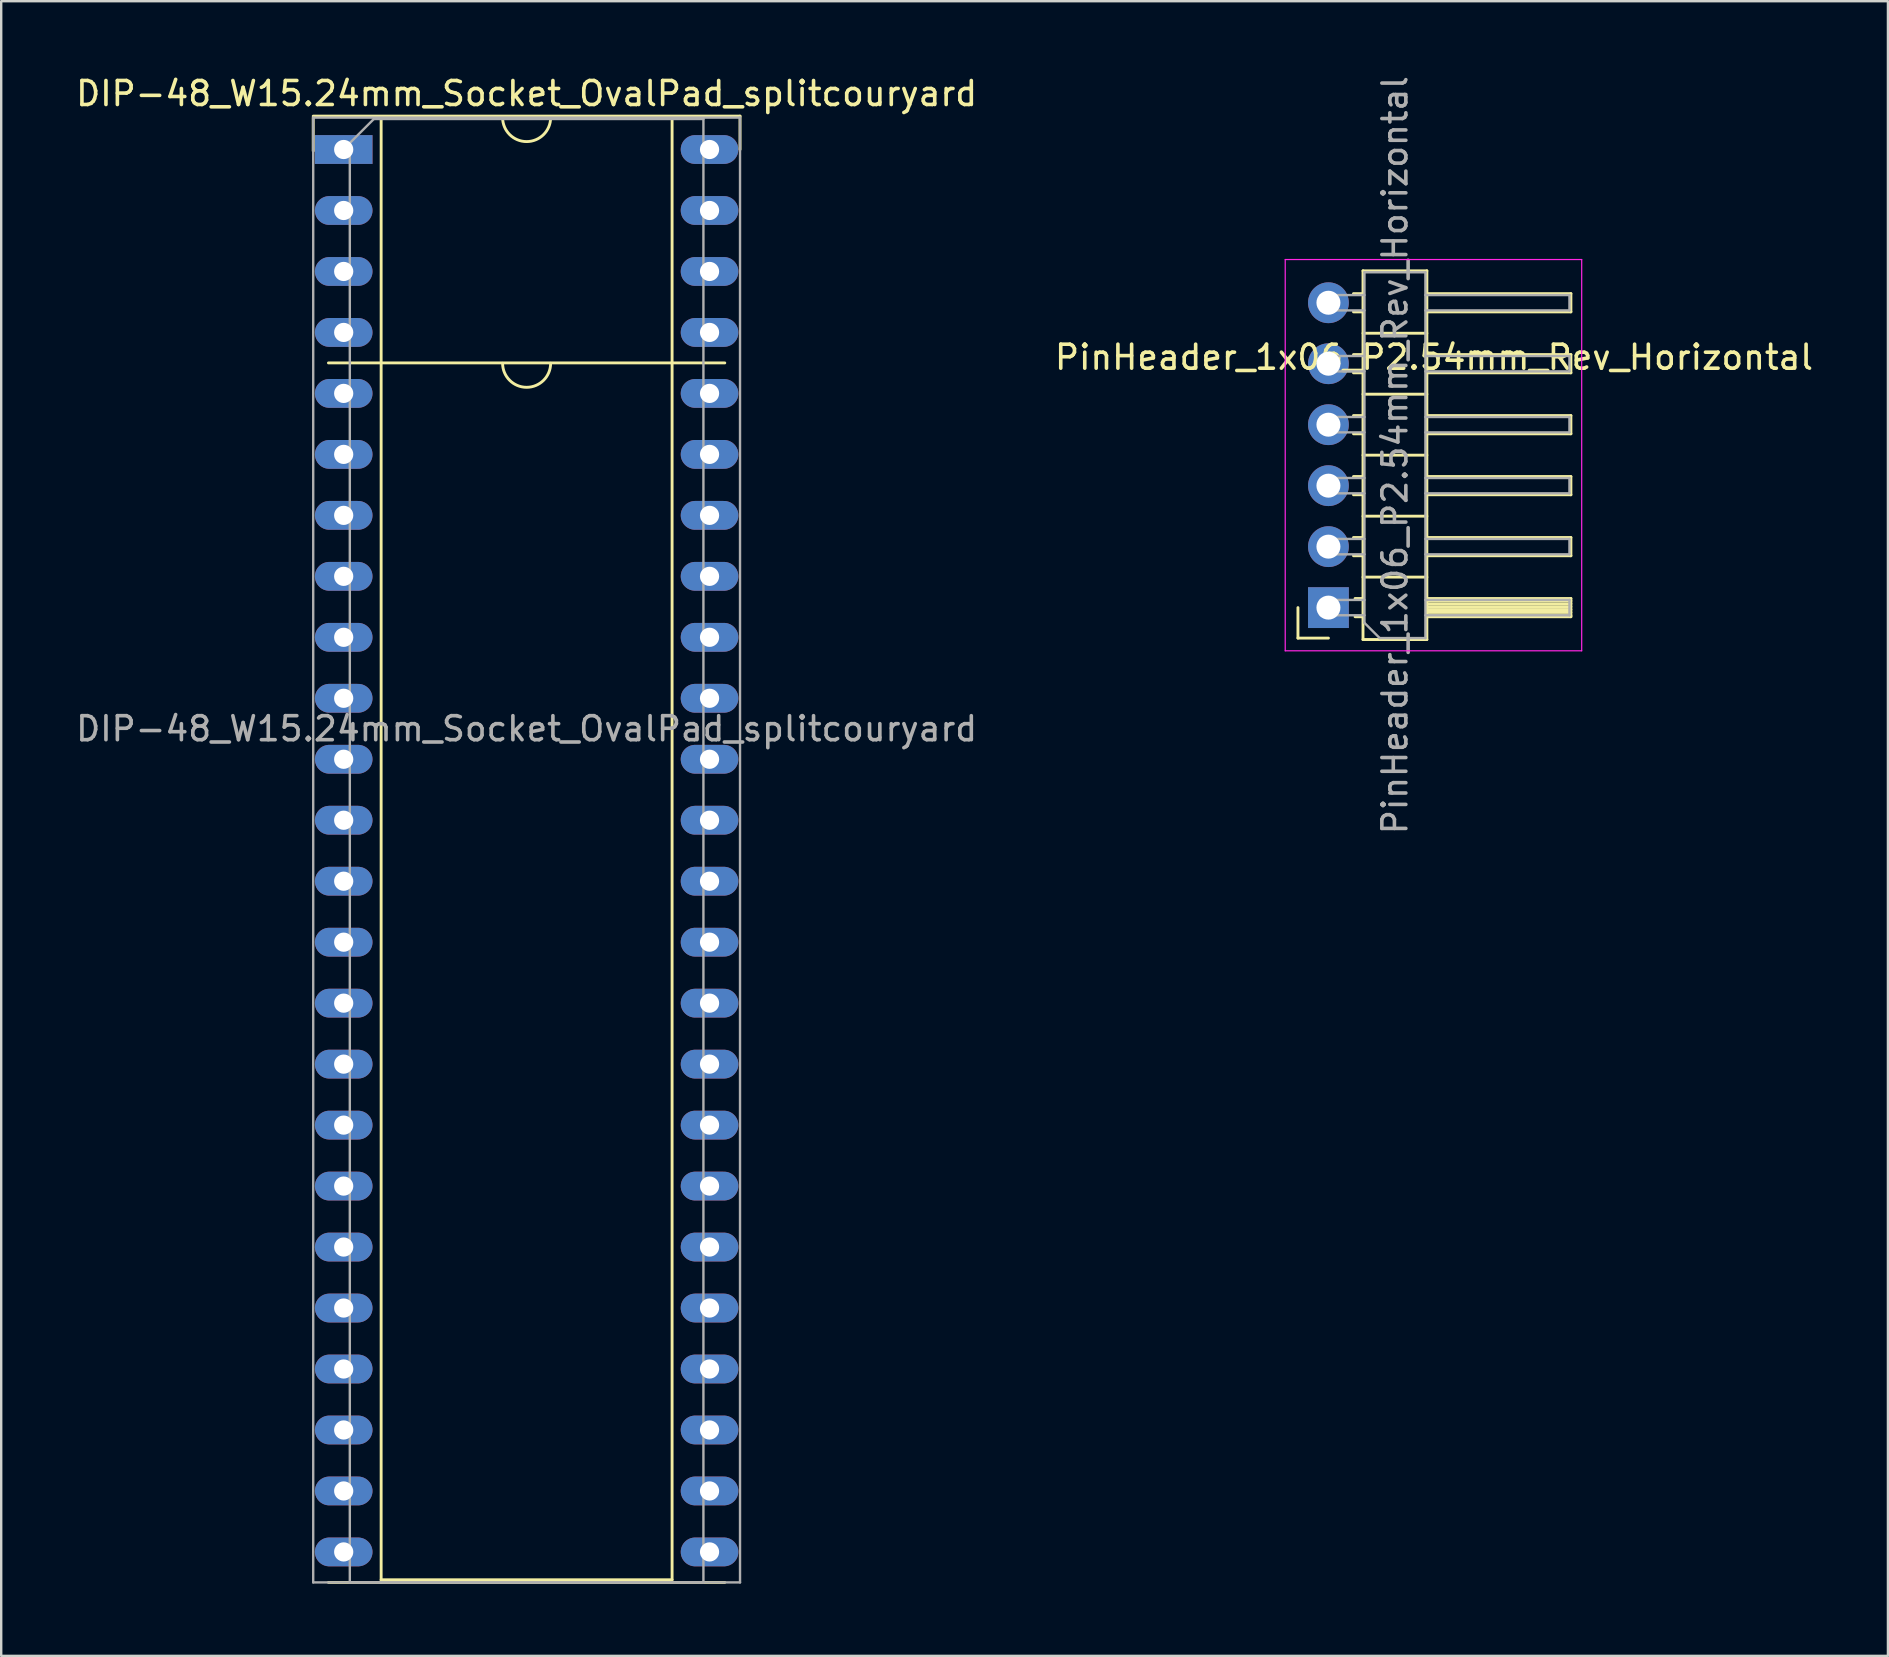
<source format=kicad_pcb>
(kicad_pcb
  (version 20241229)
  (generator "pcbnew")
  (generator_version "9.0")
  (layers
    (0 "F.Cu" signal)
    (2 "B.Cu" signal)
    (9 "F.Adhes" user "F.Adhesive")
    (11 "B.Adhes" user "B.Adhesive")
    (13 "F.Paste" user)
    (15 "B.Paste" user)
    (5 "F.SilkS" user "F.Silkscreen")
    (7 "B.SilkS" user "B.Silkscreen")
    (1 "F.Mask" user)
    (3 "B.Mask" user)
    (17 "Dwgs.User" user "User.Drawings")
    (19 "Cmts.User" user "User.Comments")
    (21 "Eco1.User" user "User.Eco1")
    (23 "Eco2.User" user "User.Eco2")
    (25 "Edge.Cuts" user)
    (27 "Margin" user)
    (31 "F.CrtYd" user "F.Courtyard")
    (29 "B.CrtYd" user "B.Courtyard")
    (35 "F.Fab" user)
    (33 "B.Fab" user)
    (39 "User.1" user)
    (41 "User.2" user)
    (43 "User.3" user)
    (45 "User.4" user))
  (footprint "DIP-48_W15.24mm_Socket_OvalPad_splitcouryard"
    (layer "F.Cu")
    (at 11.267 3.178)
    (property "Reference" "DIP-48_W15.24mm_Socket_OvalPad_splitcouryard" (at 7.62 -2.33 0) (layer "F.SilkS") (effects (font (size 1 1) (thickness 0.15))))
    (attr through_hole)
    (fp_line (start -1.27 -1.33) (end -1.27 0.06) (stroke (width 0.12) (type default)) (layer "F.SilkS"))
    (fp_line (start -0.635 8.89) (end 15.875 8.89) (stroke (width 0.12) (type default)) (layer "F.SilkS"))
    (fp_line (start -0.635 59.69) (end 15.875 59.69) (stroke (width 0.12) (type solid)) (layer "F.SilkS"))
    (fp_line (start 1.56 -1.33) (end 1.56 59.69) (stroke (width 0.12) (type solid)) (layer "F.SilkS"))
    (fp_line (start 1.56 59.58) (end 13.68 59.58) (stroke (width 0.12) (type solid)) (layer "F.SilkS"))
    (fp_line (start 6.62 -1.33) (end 1.56 -1.33) (stroke (width 0.12) (type solid)) (layer "F.SilkS"))
    (fp_line (start 13.68 -1.33) (end 8.62 -1.33) (stroke (width 0.12) (type solid)) (layer "F.SilkS"))
    (fp_line (start 13.68 59.58) (end 13.68 -1.33) (stroke (width 0.12) (type solid)) (layer "F.SilkS"))
    (fp_line (start 16.51 -1.39) (end -1.27 -1.39) (stroke (width 0.12) (type solid)) (layer "F.SilkS"))
    (fp_line (start 16.51 -1.39) (end 16.51 0) (stroke (width 0.12) (type default)) (layer "F.SilkS"))
    (fp_arc (start 8.62 -1.33) (mid 7.62 -0.33) (end 6.62 -1.33) (stroke (width 0.12) (type solid)) (layer "F.SilkS"))
    (fp_arc (start 8.62 8.906) (mid 7.62 9.906) (end 6.62 8.906) (stroke (width 0.12) (type solid)) (layer "F.SilkS"))
    (fp_line (start -1.27 -1.33) (end -1.27 59.69) (stroke (width 0.1) (type solid)) (layer "F.Fab"))
    (fp_line (start -1.27 59.69) (end 16.51 59.69) (stroke (width 0.1) (type solid)) (layer "F.Fab"))
    (fp_line (start 0.255 -0.27) (end 1.255 -1.27) (stroke (width 0.1) (type solid)) (layer "F.Fab"))
    (fp_line (start 0.255 59.69) (end 0.255 -0.27) (stroke (width 0.1) (type solid)) (layer "F.Fab"))
    (fp_line (start 1.255 -1.27) (end 14.985 -1.27) (stroke (width 0.1) (type solid)) (layer "F.Fab"))
    (fp_line (start 14.985 -1.27) (end 14.985 59.69) (stroke (width 0.1) (type solid)) (layer "F.Fab"))
    (fp_line (start 14.985 59.69) (end 0.255 59.69) (stroke (width 0.1) (type solid)) (layer "F.Fab"))
    (fp_line (start 16.51 -1.33) (end -1.27 -1.33) (stroke (width 0.1) (type solid)) (layer "F.Fab"))
    (fp_line (start 16.51 59.69) (end 16.51 -1.33) (stroke (width 0.1) (type solid)) (layer "F.Fab"))
    (fp_text user "${REFERENCE}" (at 7.62 24.13 0) (layer "F.Fab") (effects (font (size 1 1) (thickness 0.15))))
    (pad "1" thru_hole rect (at 0 0) (size 2.4 1.2) (drill 0.8) (layers "*.Cu" "*.Mask"))
    (pad "2" thru_hole oval (at 0 2.54) (size 2.4 1.2) (drill 0.8) (layers "*.Cu" "*.Mask"))
    (pad "3" thru_hole oval (at 0 5.08) (size 2.4 1.2) (drill 0.8) (layers "*.Cu" "*.Mask"))
    (pad "4" thru_hole oval (at 0 7.62) (size 2.4 1.2) (drill 0.8) (layers "*.Cu" "*.Mask"))
    (pad "5" thru_hole oval (at 0 10.16) (size 2.4 1.2) (drill 0.8) (layers "*.Cu" "*.Mask"))
    (pad "6" thru_hole oval (at 0 12.7) (size 2.4 1.2) (drill 0.8) (layers "*.Cu" "*.Mask"))
    (pad "7" thru_hole oval (at 0 15.24) (size 2.4 1.2) (drill 0.8) (layers "*.Cu" "*.Mask"))
    (pad "8" thru_hole oval (at 0 17.78) (size 2.4 1.2) (drill 0.8) (layers "*.Cu" "*.Mask"))
    (pad "9" thru_hole oval (at 0 20.32) (size 2.4 1.2) (drill 0.8) (layers "*.Cu" "*.Mask"))
    (pad "10" thru_hole oval (at 0 22.86) (size 2.4 1.2) (drill 0.8) (layers "*.Cu" "*.Mask"))
    (pad "11" thru_hole oval (at 0 25.4) (size 2.4 1.2) (drill 0.8) (layers "*.Cu" "*.Mask"))
    (pad "12" thru_hole oval (at 0 27.94) (size 2.4 1.2) (drill 0.8) (layers "*.Cu" "*.Mask"))
    (pad "13" thru_hole oval (at 0 30.48) (size 2.4 1.2) (drill 0.8) (layers "*.Cu" "*.Mask"))
    (pad "14" thru_hole oval (at 0 33.02) (size 2.4 1.2) (drill 0.8) (layers "*.Cu" "*.Mask"))
    (pad "15" thru_hole oval (at 0 35.56) (size 2.4 1.2) (drill 0.8) (layers "*.Cu" "*.Mask"))
    (pad "16" thru_hole oval (at 0 38.1) (size 2.4 1.2) (drill 0.8) (layers "*.Cu" "*.Mask"))
    (pad "17" thru_hole oval (at 0 40.64) (size 2.4 1.2) (drill 0.8) (layers "*.Cu" "*.Mask"))
    (pad "18" thru_hole oval (at 0 43.18) (size 2.4 1.2) (drill 0.8) (layers "*.Cu" "*.Mask"))
    (pad "19" thru_hole oval (at 0 45.72) (size 2.4 1.2) (drill 0.8) (layers "*.Cu" "*.Mask"))
    (pad "20" thru_hole oval (at 0 48.26) (size 2.4 1.2) (drill 0.8) (layers "*.Cu" "*.Mask"))
    (pad "21" thru_hole oval (at 0 50.8) (size 2.4 1.2) (drill 0.8) (layers "*.Cu" "*.Mask"))
    (pad "22" thru_hole oval (at 0 53.34) (size 2.4 1.2) (drill 0.8) (layers "*.Cu" "*.Mask"))
    (pad "23" thru_hole oval (at 0 55.88) (size 2.4 1.2) (drill 0.8) (layers "*.Cu" "*.Mask"))
    (pad "24" thru_hole oval (at 0 58.42) (size 2.4 1.2) (drill 0.8) (layers "*.Cu" "*.Mask"))
    (pad "25" thru_hole oval (at 15.24 58.42) (size 2.4 1.2) (drill 0.8) (layers "*.Cu" "*.Mask"))
    (pad "26" thru_hole oval (at 15.24 55.88) (size 2.4 1.2) (drill 0.8) (layers "*.Cu" "*.Mask"))
    (pad "27" thru_hole oval (at 15.24 53.34) (size 2.4 1.2) (drill 0.8) (layers "*.Cu" "*.Mask"))
    (pad "28" thru_hole oval (at 15.24 50.8) (size 2.4 1.2) (drill 0.8) (layers "*.Cu" "*.Mask"))
    (pad "29" thru_hole oval (at 15.24 48.26) (size 2.4 1.2) (drill 0.8) (layers "*.Cu" "*.Mask"))
    (pad "30" thru_hole oval (at 15.24 45.72) (size 2.4 1.2) (drill 0.8) (layers "*.Cu" "*.Mask"))
    (pad "31" thru_hole oval (at 15.24 43.18) (size 2.4 1.2) (drill 0.8) (layers "*.Cu" "*.Mask"))
    (pad "32" thru_hole oval (at 15.24 40.64) (size 2.4 1.2) (drill 0.8) (layers "*.Cu" "*.Mask"))
    (pad "33" thru_hole oval (at 15.24 38.1) (size 2.4 1.2) (drill 0.8) (layers "*.Cu" "*.Mask"))
    (pad "34" thru_hole oval (at 15.24 35.56) (size 2.4 1.2) (drill 0.8) (layers "*.Cu" "*.Mask"))
    (pad "35" thru_hole oval (at 15.24 33.02) (size 2.4 1.2) (drill 0.8) (layers "*.Cu" "*.Mask"))
    (pad "36" thru_hole oval (at 15.24 30.48) (size 2.4 1.2) (drill 0.8) (layers "*.Cu" "*.Mask"))
    (pad "37" thru_hole oval (at 15.24 27.94) (size 2.4 1.2) (drill 0.8) (layers "*.Cu" "*.Mask"))
    (pad "38" thru_hole oval (at 15.24 25.4) (size 2.4 1.2) (drill 0.8) (layers "*.Cu" "*.Mask"))
    (pad "39" thru_hole oval (at 15.24 22.86) (size 2.4 1.2) (drill 0.8) (layers "*.Cu" "*.Mask"))
    (pad "40" thru_hole oval (at 15.24 20.32) (size 2.4 1.2) (drill 0.8) (layers "*.Cu" "*.Mask"))
    (pad "41" thru_hole oval (at 15.24 17.78) (size 2.4 1.2) (drill 0.8) (layers "*.Cu" "*.Mask"))
    (pad "42" thru_hole oval (at 15.24 15.24) (size 2.4 1.2) (drill 0.8) (layers "*.Cu" "*.Mask"))
    (pad "43" thru_hole oval (at 15.24 12.7) (size 2.4 1.2) (drill 0.8) (layers "*.Cu" "*.Mask"))
    (pad "44" thru_hole oval (at 15.24 10.16) (size 2.4 1.2) (drill 0.8) (layers "*.Cu" "*.Mask"))
    (pad "45" thru_hole oval (at 15.24 7.62) (size 2.4 1.2) (drill 0.8) (layers "*.Cu" "*.Mask"))
    (pad "46" thru_hole oval (at 15.24 5.08) (size 2.4 1.2) (drill 0.8) (layers "*.Cu" "*.Mask"))
    (pad "47" thru_hole oval (at 15.24 2.54) (size 2.4 1.2) (drill 0.8) (layers "*.Cu" "*.Mask"))
    (pad "48" thru_hole oval (at 15.24 0) (size 2.4 1.2) (drill 0.8) (layers "*.Cu" "*.Mask")))
  (footprint "PinHeader_1x06_P2.54mm_Rev_Horizontal"
    (layer "F.Cu")
    (at 52.276 9.562)
    (property "Reference" "PinHeader_1x06_P2.54mm_Rev_Horizontal" (at 4.409 2.27 0) (layer "F.SilkS") (effects (font (size 1 1) (thickness 0.15))))
    (attr through_hole)
    (fp_line (start -1.258 12.699) (end -1.258 13.969) (stroke (width 0.12) (type solid)) (layer "F.SilkS"))
    (fp_line (start -1.258 13.969) (end 0.012 13.969) (stroke (width 0.12) (type solid)) (layer "F.SilkS"))
    (fp_line (start 1.055 -0.381) (end 1.452 -0.381) (stroke (width 0.12) (type solid)) (layer "F.SilkS"))
    (fp_line (start 1.055 0.379) (end 1.452 0.379) (stroke (width 0.12) (type solid)) (layer "F.SilkS"))
    (fp_line (start 1.055 2.159) (end 1.452 2.159) (stroke (width 0.12) (type solid)) (layer "F.SilkS"))
    (fp_line (start 1.055 2.919) (end 1.452 2.919) (stroke (width 0.12) (type solid)) (layer "F.SilkS"))
    (fp_line (start 1.055 4.699) (end 1.452 4.699) (stroke (width 0.12) (type solid)) (layer "F.SilkS"))
    (fp_line (start 1.055 5.459) (end 1.452 5.459) (stroke (width 0.12) (type solid)) (layer "F.SilkS"))
    (fp_line (start 1.055 7.239) (end 1.452 7.239) (stroke (width 0.12) (type solid)) (layer "F.SilkS"))
    (fp_line (start 1.055 7.999) (end 1.452 7.999) (stroke (width 0.12) (type solid)) (layer "F.SilkS"))
    (fp_line (start 1.055 9.779) (end 1.452 9.779) (stroke (width 0.12) (type solid)) (layer "F.SilkS"))
    (fp_line (start 1.055 10.539) (end 1.452 10.539) (stroke (width 0.12) (type solid)) (layer "F.SilkS"))
    (fp_line (start 1.122 12.319) (end 1.452 12.319) (stroke (width 0.12) (type solid)) (layer "F.SilkS"))
    (fp_line (start 1.122 13.079) (end 1.452 13.079) (stroke (width 0.12) (type solid)) (layer "F.SilkS"))
    (fp_line (start 1.452 -1.331) (end 4.112 -1.331) (stroke (width 0.12) (type solid)) (layer "F.SilkS"))
    (fp_line (start 1.452 1.269) (end 4.112 1.269) (stroke (width 0.12) (type solid)) (layer "F.SilkS"))
    (fp_line (start 1.452 3.809) (end 4.112 3.809) (stroke (width 0.12) (type solid)) (layer "F.SilkS"))
    (fp_line (start 1.452 6.349) (end 4.112 6.349) (stroke (width 0.12) (type solid)) (layer "F.SilkS"))
    (fp_line (start 1.452 8.889) (end 4.112 8.889) (stroke (width 0.12) (type solid)) (layer "F.SilkS"))
    (fp_line (start 1.452 11.429) (end 4.112 11.429) (stroke (width 0.12) (type solid)) (layer "F.SilkS"))
    (fp_line (start 1.452 14.029) (end 1.452 -1.331) (stroke (width 0.12) (type solid)) (layer "F.SilkS"))
    (fp_line (start 4.112 -1.331) (end 4.112 14.029) (stroke (width 0.12) (type solid)) (layer "F.SilkS"))
    (fp_line (start 4.112 0.379) (end 10.112 0.379) (stroke (width 0.12) (type solid)) (layer "F.SilkS"))
    (fp_line (start 4.112 2.919) (end 10.112 2.919) (stroke (width 0.12) (type solid)) (layer "F.SilkS"))
    (fp_line (start 4.112 5.459) (end 10.112 5.459) (stroke (width 0.12) (type solid)) (layer "F.SilkS"))
    (fp_line (start 4.112 7.999) (end 10.112 7.999) (stroke (width 0.12) (type solid)) (layer "F.SilkS"))
    (fp_line (start 4.112 10.539) (end 10.112 10.539) (stroke (width 0.12) (type solid)) (layer "F.SilkS"))
    (fp_line (start 4.112 12.419) (end 10.112 12.419) (stroke (width 0.12) (type solid)) (layer "F.SilkS"))
    (fp_line (start 4.112 12.539) (end 10.112 12.539) (stroke (width 0.12) (type solid)) (layer "F.SilkS"))
    (fp_line (start 4.112 12.659) (end 10.112 12.659) (stroke (width 0.12) (type solid)) (layer "F.SilkS"))
    (fp_line (start 4.112 12.779) (end 10.112 12.779) (stroke (width 0.12) (type solid)) (layer "F.SilkS"))
    (fp_line (start 4.112 12.899) (end 10.112 12.899) (stroke (width 0.12) (type solid)) (layer "F.SilkS"))
    (fp_line (start 4.112 13.019) (end 10.112 13.019) (stroke (width 0.12) (type solid)) (layer "F.SilkS"))
    (fp_line (start 4.112 13.079) (end 10.112 13.079) (stroke (width 0.12) (type solid)) (layer "F.SilkS"))
    (fp_line (start 4.112 14.029) (end 1.452 14.029) (stroke (width 0.12) (type solid)) (layer "F.SilkS"))
    (fp_line (start 10.112 -0.381) (end 4.112 -0.381) (stroke (width 0.12) (type solid)) (layer "F.SilkS"))
    (fp_line (start 10.112 0.379) (end 10.112 -0.381) (stroke (width 0.12) (type solid)) (layer "F.SilkS"))
    (fp_line (start 10.112 2.159) (end 4.112 2.159) (stroke (width 0.12) (type solid)) (layer "F.SilkS"))
    (fp_line (start 10.112 2.919) (end 10.112 2.159) (stroke (width 0.12) (type solid)) (layer "F.SilkS"))
    (fp_line (start 10.112 4.699) (end 4.112 4.699) (stroke (width 0.12) (type solid)) (layer "F.SilkS"))
    (fp_line (start 10.112 5.459) (end 10.112 4.699) (stroke (width 0.12) (type solid)) (layer "F.SilkS"))
    (fp_line (start 10.112 7.239) (end 4.112 7.239) (stroke (width 0.12) (type solid)) (layer "F.SilkS"))
    (fp_line (start 10.112 7.999) (end 10.112 7.239) (stroke (width 0.12) (type solid)) (layer "F.SilkS"))
    (fp_line (start 10.112 9.779) (end 4.112 9.779) (stroke (width 0.12) (type solid)) (layer "F.SilkS"))
    (fp_line (start 10.112 10.539) (end 10.112 9.779) (stroke (width 0.12) (type solid)) (layer "F.SilkS"))
    (fp_line (start 10.112 12.319) (end 4.112 12.319) (stroke (width 0.12) (type solid)) (layer "F.SilkS"))
    (fp_line (start 10.112 13.079) (end 10.112 12.319) (stroke (width 0.12) (type solid)) (layer "F.SilkS"))
    (fp_line (start -1.788 -1.801) (end 10.562 -1.801) (stroke (width 0.05) (type solid)) (layer "F.CrtYd"))
    (fp_line (start -1.788 14.499) (end -1.788 -1.801) (stroke (width 0.05) (type solid)) (layer "F.CrtYd"))
    (fp_line (start 10.562 -1.801) (end 10.562 14.499) (stroke (width 0.05) (type solid)) (layer "F.CrtYd"))
    (fp_line (start 10.562 14.499) (end -1.788 14.499) (stroke (width 0.05) (type solid)) (layer "F.CrtYd"))
    (fp_line (start -0.308 -0.321) (end 1.512 -0.321) (stroke (width 0.1) (type solid)) (layer "F.Fab"))
    (fp_line (start -0.308 0.319) (end -0.308 -0.321) (stroke (width 0.1) (type solid)) (layer "F.Fab"))
    (fp_line (start -0.308 0.319) (end 1.512 0.319) (stroke (width 0.1) (type solid)) (layer "F.Fab"))
    (fp_line (start -0.308 2.219) (end 1.512 2.219) (stroke (width 0.1) (type solid)) (layer "F.Fab"))
    (fp_line (start -0.308 2.859) (end -0.308 2.219) (stroke (width 0.1) (type solid)) (layer "F.Fab"))
    (fp_line (start -0.308 2.859) (end 1.512 2.859) (stroke (width 0.1) (type solid)) (layer "F.Fab"))
    (fp_line (start -0.308 4.759) (end 1.512 4.759) (stroke (width 0.1) (type solid)) (layer "F.Fab"))
    (fp_line (start -0.308 5.399) (end -0.308 4.759) (stroke (width 0.1) (type solid)) (layer "F.Fab"))
    (fp_line (start -0.308 5.399) (end 1.512 5.399) (stroke (width 0.1) (type solid)) (layer "F.Fab"))
    (fp_line (start -0.308 7.299) (end 1.512 7.299) (stroke (width 0.1) (type solid)) (layer "F.Fab"))
    (fp_line (start -0.308 7.939) (end -0.308 7.299) (stroke (width 0.1) (type solid)) (layer "F.Fab"))
    (fp_line (start -0.308 7.939) (end 1.512 7.939) (stroke (width 0.1) (type solid)) (layer "F.Fab"))
    (fp_line (start -0.308 9.839) (end 1.512 9.839) (stroke (width 0.1) (type solid)) (layer "F.Fab"))
    (fp_line (start -0.308 10.479) (end -0.308 9.839) (stroke (width 0.1) (type solid)) (layer "F.Fab"))
    (fp_line (start -0.308 10.479) (end 1.512 10.479) (stroke (width 0.1) (type solid)) (layer "F.Fab"))
    (fp_line (start -0.308 12.379) (end 1.512 12.379) (stroke (width 0.1) (type solid)) (layer "F.Fab"))
    (fp_line (start -0.308 13.019) (end -0.308 12.379) (stroke (width 0.1) (type solid)) (layer "F.Fab"))
    (fp_line (start -0.308 13.019) (end 1.512 13.019) (stroke (width 0.1) (type solid)) (layer "F.Fab"))
    (fp_line (start 1.512 -1.271) (end 1.512 13.334) (stroke (width 0.1) (type solid)) (layer "F.Fab"))
    (fp_line (start 1.512 13.334) (end 2.147 13.969) (stroke (width 0.1) (type solid)) (layer "F.Fab"))
    (fp_line (start 2.147 13.969) (end 4.052 13.969) (stroke (width 0.1) (type solid)) (layer "F.Fab"))
    (fp_line (start 4.052 -1.271) (end 1.512 -1.271) (stroke (width 0.1) (type solid)) (layer "F.Fab"))
    (fp_line (start 4.052 -0.321) (end 10.052 -0.321) (stroke (width 0.1) (type solid)) (layer "F.Fab"))
    (fp_line (start 4.052 0.319) (end 10.052 0.319) (stroke (width 0.1) (type solid)) (layer "F.Fab"))
    (fp_line (start 4.052 2.219) (end 10.052 2.219) (stroke (width 0.1) (type solid)) (layer "F.Fab"))
    (fp_line (start 4.052 2.859) (end 10.052 2.859) (stroke (width 0.1) (type solid)) (layer "F.Fab"))
    (fp_line (start 4.052 4.759) (end 10.052 4.759) (stroke (width 0.1) (type solid)) (layer "F.Fab"))
    (fp_line (start 4.052 5.399) (end 10.052 5.399) (stroke (width 0.1) (type solid)) (layer "F.Fab"))
    (fp_line (start 4.052 7.299) (end 10.052 7.299) (stroke (width 0.1) (type solid)) (layer "F.Fab"))
    (fp_line (start 4.052 7.939) (end 10.052 7.939) (stroke (width 0.1) (type solid)) (layer "F.Fab"))
    (fp_line (start 4.052 9.839) (end 10.052 9.839) (stroke (width 0.1) (type solid)) (layer "F.Fab"))
    (fp_line (start 4.052 10.479) (end 10.052 10.479) (stroke (width 0.1) (type solid)) (layer "F.Fab"))
    (fp_line (start 4.052 12.379) (end 10.052 12.379) (stroke (width 0.1) (type solid)) (layer "F.Fab"))
    (fp_line (start 4.052 13.019) (end 10.052 13.019) (stroke (width 0.1) (type solid)) (layer "F.Fab"))
    (fp_line (start 4.052 13.969) (end 4.052 -1.271) (stroke (width 0.1) (type solid)) (layer "F.Fab"))
    (fp_line (start 10.052 0.319) (end 10.052 -0.321) (stroke (width 0.1) (type solid)) (layer "F.Fab"))
    (fp_line (start 10.052 2.859) (end 10.052 2.219) (stroke (width 0.1) (type solid)) (layer "F.Fab"))
    (fp_line (start 10.052 5.399) (end 10.052 4.759) (stroke (width 0.1) (type solid)) (layer "F.Fab"))
    (fp_line (start 10.052 7.939) (end 10.052 7.299) (stroke (width 0.1) (type solid)) (layer "F.Fab"))
    (fp_line (start 10.052 10.479) (end 10.052 9.839) (stroke (width 0.1) (type solid)) (layer "F.Fab"))
    (fp_line (start 10.052 13.019) (end 10.052 12.379) (stroke (width 0.1) (type solid)) (layer "F.Fab"))
    (fp_text user "${REFERENCE}" (at 2.782 6.349 90) (layer "F.Fab") (effects (font (size 1 1) (thickness 0.15))))
    (pad "1" thru_hole rect (at 0.012 12.699) (size 1.7 1.7) (drill 1) (layers "*.Cu" "*.Mask"))
    (pad "2" thru_hole oval (at 0.012 10.159) (size 1.7 1.7) (drill 1) (layers "*.Cu" "*.Mask"))
    (pad "3" thru_hole oval (at 0.012 7.619) (size 1.7 1.7) (drill 1) (layers "*.Cu" "*.Mask"))
    (pad "4" thru_hole oval (at 0.012 5.079) (size 1.7 1.7) (drill 1) (layers "*.Cu" "*.Mask"))
    (pad "5" thru_hole oval (at 0.012 2.539) (size 1.7 1.7) (drill 1) (layers "*.Cu" "*.Mask"))
    (pad "6" thru_hole oval (at 0.012 -0.001) (size 1.7 1.7) (drill 1) (layers "*.Cu" "*.Mask")))
  (gr_rect
    (start -3 -3)
    (end 75.595 65.928)
    (stroke (width 0.1) (type default))
    (fill no)
    (layer "Edge.Cuts")))
</source>
